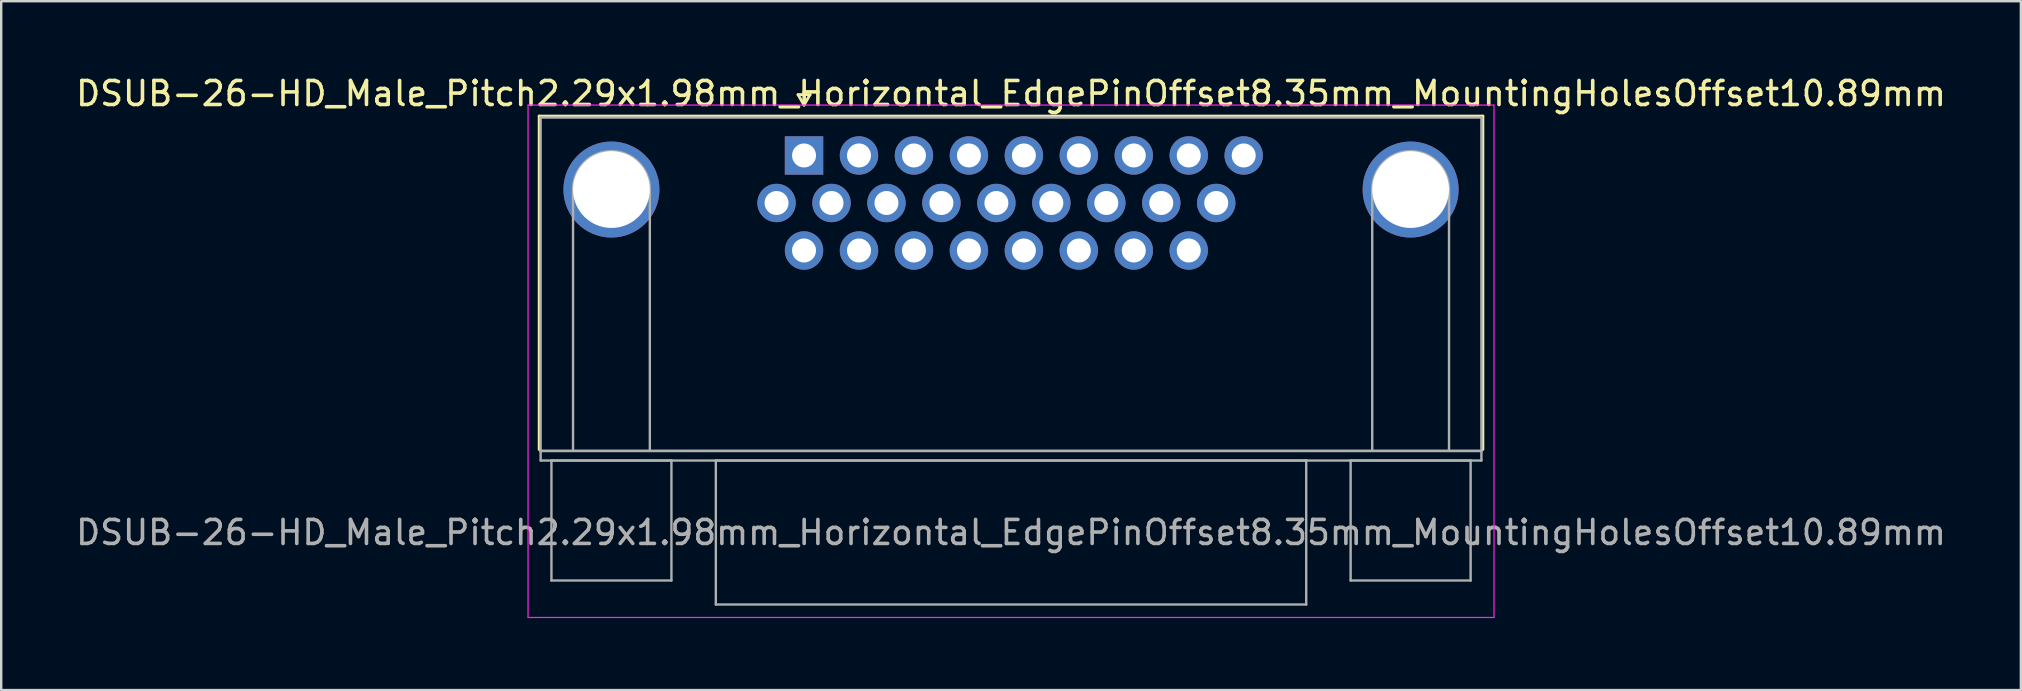
<source format=kicad_pcb>
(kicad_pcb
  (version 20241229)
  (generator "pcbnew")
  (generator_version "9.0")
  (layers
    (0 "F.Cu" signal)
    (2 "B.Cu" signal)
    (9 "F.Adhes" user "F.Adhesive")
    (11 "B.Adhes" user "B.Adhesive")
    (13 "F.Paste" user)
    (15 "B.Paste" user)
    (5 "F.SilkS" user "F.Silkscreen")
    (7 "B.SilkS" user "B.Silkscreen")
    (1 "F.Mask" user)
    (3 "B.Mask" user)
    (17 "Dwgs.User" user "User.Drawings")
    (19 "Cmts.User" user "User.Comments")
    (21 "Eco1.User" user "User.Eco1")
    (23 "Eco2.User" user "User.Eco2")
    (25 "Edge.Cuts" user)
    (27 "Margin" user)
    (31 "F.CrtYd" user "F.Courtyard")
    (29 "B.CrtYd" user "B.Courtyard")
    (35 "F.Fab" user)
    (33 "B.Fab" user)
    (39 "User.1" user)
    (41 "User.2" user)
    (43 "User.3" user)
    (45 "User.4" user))
  (footprint "DSUB-26-HD_Male_Pitch2.29x1.98mm_Horizontal_EdgePinOffset8.35mm_MountingHolesOffset10.89mm"
    (layer "F.Cu")
    (at 30.452 3.428)
    (property "Reference" "DSUB-26-HD_Male_Pitch2.29x1.98mm_Horizontal_EdgePinOffset8.35mm_MountingHolesOffset10.89mm" (at 8.625 -2.58 0) (layer "F.SilkS") (effects (font (size 1 1) (thickness 0.15))))
    (attr through_hole)
    (fp_line (start -11.035 -1.64) (end 28.285 -1.64) (stroke (width 0.12) (type solid)) (layer "F.SilkS"))
    (fp_line (start -11.035 12.25) (end -11.035 -1.64) (stroke (width 0.12) (type solid)) (layer "F.SilkS"))
    (fp_line (start -0.25 -2.534) (end 0.25 -2.534) (stroke (width 0.12) (type solid)) (layer "F.SilkS"))
    (fp_line (start 0 -2.101) (end -0.25 -2.534) (stroke (width 0.12) (type solid)) (layer "F.SilkS"))
    (fp_line (start 0.25 -2.534) (end 0 -2.101) (stroke (width 0.12) (type solid)) (layer "F.SilkS"))
    (fp_line (start 28.285 -1.64) (end 28.285 12.25) (stroke (width 0.12) (type solid)) (layer "F.SilkS"))
    (fp_line (start -11.5 -2.1) (end -11.5 19.25) (stroke (width 0.05) (type solid)) (layer "F.CrtYd"))
    (fp_line (start -11.5 19.25) (end 28.75 19.25) (stroke (width 0.05) (type solid)) (layer "F.CrtYd"))
    (fp_line (start 28.75 -2.1) (end -11.5 -2.1) (stroke (width 0.05) (type solid)) (layer "F.CrtYd"))
    (fp_line (start 28.75 19.25) (end 28.75 -2.1) (stroke (width 0.05) (type solid)) (layer "F.CrtYd"))
    (fp_line (start -10.975 -1.58) (end -10.975 12.31) (stroke (width 0.1) (type solid)) (layer "F.Fab"))
    (fp_line (start -10.975 12.31) (end -10.975 12.71) (stroke (width 0.1) (type solid)) (layer "F.Fab"))
    (fp_line (start -10.975 12.31) (end 28.225 12.31) (stroke (width 0.1) (type solid)) (layer "F.Fab"))
    (fp_line (start -10.975 12.71) (end 28.225 12.71) (stroke (width 0.1) (type solid)) (layer "F.Fab"))
    (fp_line (start -10.525 12.71) (end -10.525 17.71) (stroke (width 0.1) (type solid)) (layer "F.Fab"))
    (fp_line (start -10.525 17.71) (end -5.525 17.71) (stroke (width 0.1) (type solid)) (layer "F.Fab"))
    (fp_line (start -9.625 12.31) (end -9.625 1.42) (stroke (width 0.1) (type solid)) (layer "F.Fab"))
    (fp_line (start -6.425 12.31) (end -6.425 1.42) (stroke (width 0.1) (type solid)) (layer "F.Fab"))
    (fp_line (start -5.525 12.71) (end -10.525 12.71) (stroke (width 0.1) (type solid)) (layer "F.Fab"))
    (fp_line (start -5.525 17.71) (end -5.525 12.71) (stroke (width 0.1) (type solid)) (layer "F.Fab"))
    (fp_line (start -3.675 12.71) (end -3.675 18.71) (stroke (width 0.1) (type solid)) (layer "F.Fab"))
    (fp_line (start -3.675 18.71) (end 20.925 18.71) (stroke (width 0.1) (type solid)) (layer "F.Fab"))
    (fp_line (start 20.925 12.71) (end -3.675 12.71) (stroke (width 0.1) (type solid)) (layer "F.Fab"))
    (fp_line (start 20.925 18.71) (end 20.925 12.71) (stroke (width 0.1) (type solid)) (layer "F.Fab"))
    (fp_line (start 22.775 12.71) (end 22.775 17.71) (stroke (width 0.1) (type solid)) (layer "F.Fab"))
    (fp_line (start 22.775 17.71) (end 27.775 17.71) (stroke (width 0.1) (type solid)) (layer "F.Fab"))
    (fp_line (start 23.675 12.31) (end 23.675 1.42) (stroke (width 0.1) (type solid)) (layer "F.Fab"))
    (fp_line (start 26.875 12.31) (end 26.875 1.42) (stroke (width 0.1) (type solid)) (layer "F.Fab"))
    (fp_line (start 27.775 12.71) (end 22.775 12.71) (stroke (width 0.1) (type solid)) (layer "F.Fab"))
    (fp_line (start 27.775 17.71) (end 27.775 12.71) (stroke (width 0.1) (type solid)) (layer "F.Fab"))
    (fp_line (start 28.225 -1.58) (end -10.975 -1.58) (stroke (width 0.1) (type solid)) (layer "F.Fab"))
    (fp_line (start 28.225 12.31) (end -10.975 12.31) (stroke (width 0.1) (type solid)) (layer "F.Fab"))
    (fp_line (start 28.225 12.31) (end 28.225 -1.58) (stroke (width 0.1) (type solid)) (layer "F.Fab"))
    (fp_line (start 28.225 12.71) (end 28.225 12.31) (stroke (width 0.1) (type solid)) (layer "F.Fab"))
    (fp_arc (start -9.625 1.42) (mid -8.025 -0.18) (end -6.425 1.42) (stroke (width 0.1) (type solid)) (layer "F.Fab"))
    (fp_arc (start 23.675 1.42) (mid 25.275 -0.18) (end 26.875 1.42) (stroke (width 0.1) (type solid)) (layer "F.Fab"))
    (fp_text user "${REFERENCE}" (at 8.625 15.71 0) (layer "F.Fab") (effects (font (size 1 1) (thickness 0.15))))
    (pad "0" thru_hole circle (at -8.025 1.42) (size 4 4) (drill 3.2) (layers "*.Cu" "*.Mask"))
    (pad "0" thru_hole circle (at 25.275 1.42) (size 4 4) (drill 3.2) (layers "*.Cu" "*.Mask"))
    (pad "1" thru_hole rect (at 0 0) (size 1.6 1.6) (drill 1) (layers "*.Cu" "*.Mask"))
    (pad "2" thru_hole circle (at 2.29 0) (size 1.6 1.6) (drill 1) (layers "*.Cu" "*.Mask"))
    (pad "3" thru_hole circle (at 4.58 0) (size 1.6 1.6) (drill 1) (layers "*.Cu" "*.Mask"))
    (pad "4" thru_hole circle (at 6.87 0) (size 1.6 1.6) (drill 1) (layers "*.Cu" "*.Mask"))
    (pad "5" thru_hole circle (at 9.16 0) (size 1.6 1.6) (drill 1) (layers "*.Cu" "*.Mask"))
    (pad "6" thru_hole circle (at 11.45 0) (size 1.6 1.6) (drill 1) (layers "*.Cu" "*.Mask"))
    (pad "7" thru_hole circle (at 13.74 0) (size 1.6 1.6) (drill 1) (layers "*.Cu" "*.Mask"))
    (pad "8" thru_hole circle (at 16.03 0) (size 1.6 1.6) (drill 1) (layers "*.Cu" "*.Mask"))
    (pad "9" thru_hole circle (at 18.32 0) (size 1.6 1.6) (drill 1) (layers "*.Cu" "*.Mask"))
    (pad "10" thru_hole circle (at -1.145 1.98) (size 1.6 1.6) (drill 1) (layers "*.Cu" "*.Mask"))
    (pad "11" thru_hole circle (at 1.145 1.98) (size 1.6 1.6) (drill 1) (layers "*.Cu" "*.Mask"))
    (pad "12" thru_hole circle (at 3.435 1.98) (size 1.6 1.6) (drill 1) (layers "*.Cu" "*.Mask"))
    (pad "13" thru_hole circle (at 5.725 1.98) (size 1.6 1.6) (drill 1) (layers "*.Cu" "*.Mask"))
    (pad "14" thru_hole circle (at 8.015 1.98) (size 1.6 1.6) (drill 1) (layers "*.Cu" "*.Mask"))
    (pad "15" thru_hole circle (at 10.305 1.98) (size 1.6 1.6) (drill 1) (layers "*.Cu" "*.Mask"))
    (pad "16" thru_hole circle (at 12.595 1.98) (size 1.6 1.6) (drill 1) (layers "*.Cu" "*.Mask"))
    (pad "17" thru_hole circle (at 14.885 1.98) (size 1.6 1.6) (drill 1) (layers "*.Cu" "*.Mask"))
    (pad "18" thru_hole circle (at 17.175 1.98) (size 1.6 1.6) (drill 1) (layers "*.Cu" "*.Mask"))
    (pad "19" thru_hole circle (at 0 3.96) (size 1.6 1.6) (drill 1) (layers "*.Cu" "*.Mask"))
    (pad "20" thru_hole circle (at 2.29 3.96) (size 1.6 1.6) (drill 1) (layers "*.Cu" "*.Mask"))
    (pad "21" thru_hole circle (at 4.58 3.96) (size 1.6 1.6) (drill 1) (layers "*.Cu" "*.Mask"))
    (pad "22" thru_hole circle (at 6.87 3.96) (size 1.6 1.6) (drill 1) (layers "*.Cu" "*.Mask"))
    (pad "23" thru_hole circle (at 9.16 3.96) (size 1.6 1.6) (drill 1) (layers "*.Cu" "*.Mask"))
    (pad "24" thru_hole circle (at 11.45 3.96) (size 1.6 1.6) (drill 1) (layers "*.Cu" "*.Mask"))
    (pad "25" thru_hole circle (at 13.74 3.96) (size 1.6 1.6) (drill 1) (layers "*.Cu" "*.Mask"))
    (pad "26" thru_hole circle (at 16.03 3.96) (size 1.6 1.6) (drill 1) (layers "*.Cu" "*.Mask")))
  (gr_rect
    (start -3 -3)
    (end 81.155 25.703)
    (stroke (width 0.1) (type default))
    (fill no)
    (layer "Edge.Cuts")))
</source>
